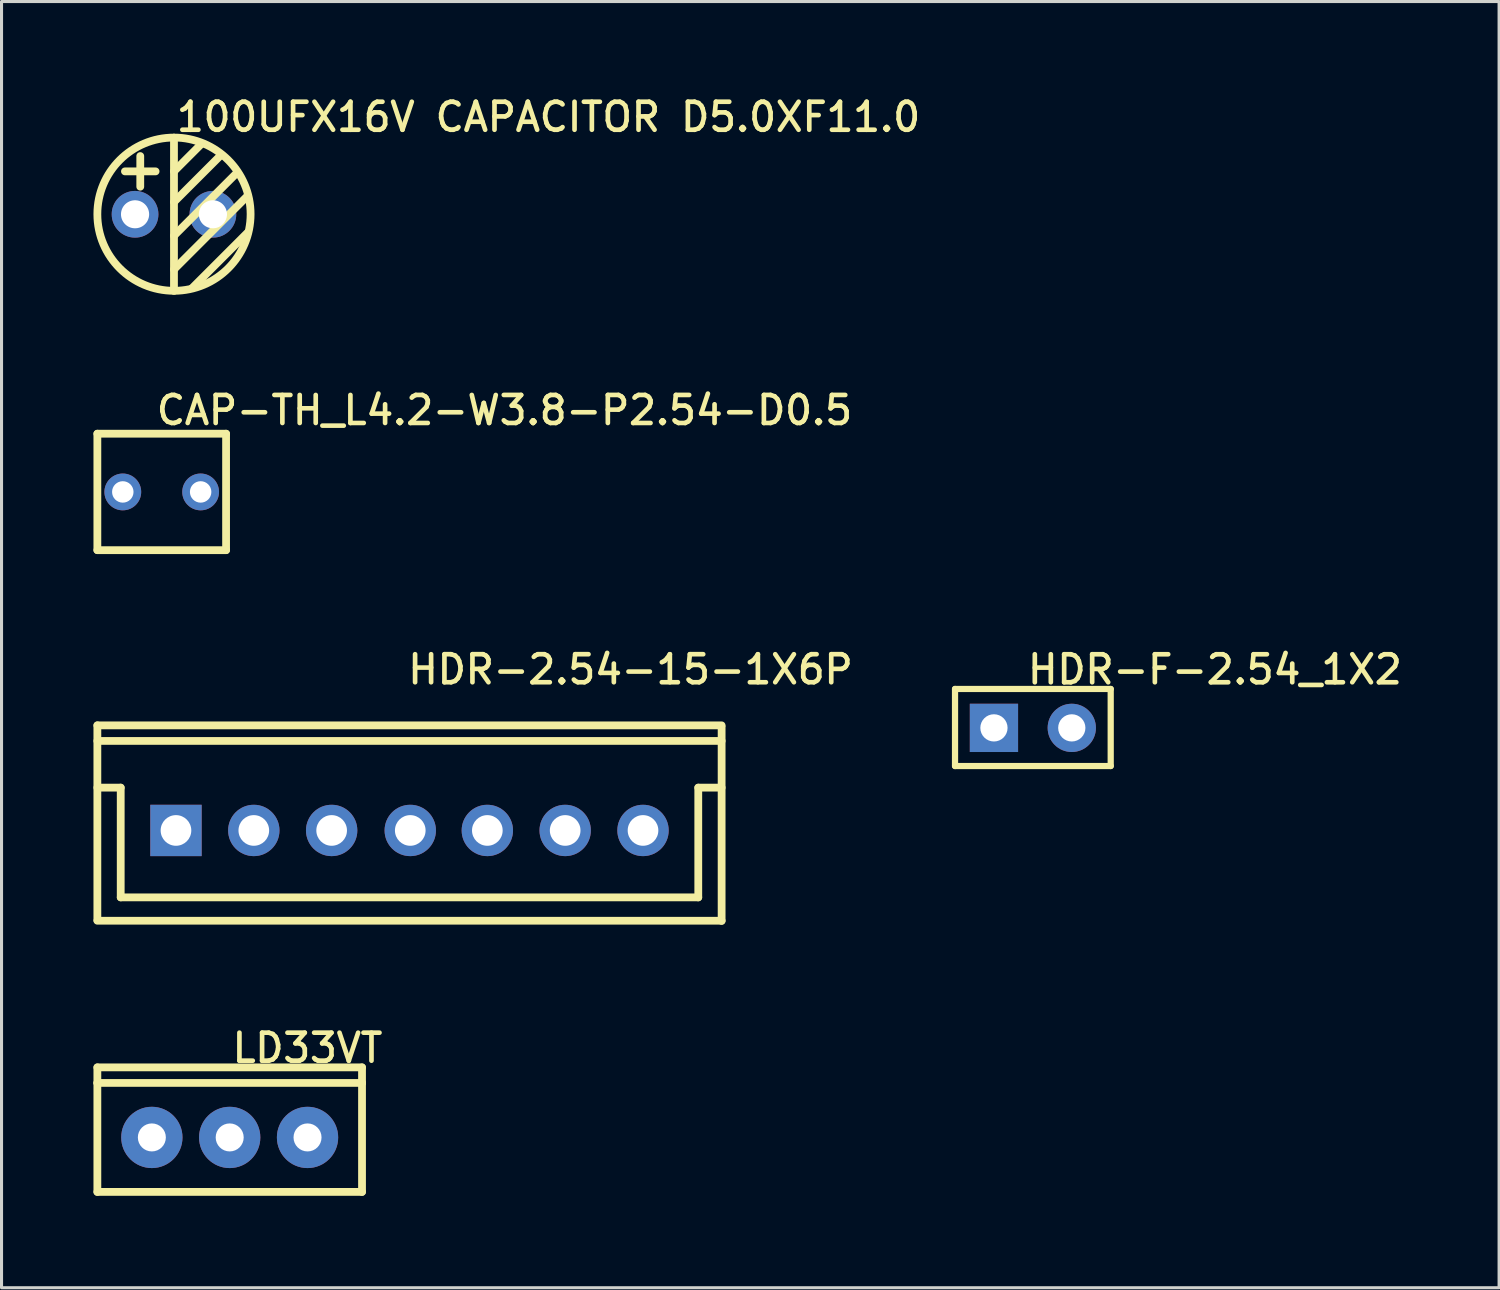
<source format=kicad_pcb>
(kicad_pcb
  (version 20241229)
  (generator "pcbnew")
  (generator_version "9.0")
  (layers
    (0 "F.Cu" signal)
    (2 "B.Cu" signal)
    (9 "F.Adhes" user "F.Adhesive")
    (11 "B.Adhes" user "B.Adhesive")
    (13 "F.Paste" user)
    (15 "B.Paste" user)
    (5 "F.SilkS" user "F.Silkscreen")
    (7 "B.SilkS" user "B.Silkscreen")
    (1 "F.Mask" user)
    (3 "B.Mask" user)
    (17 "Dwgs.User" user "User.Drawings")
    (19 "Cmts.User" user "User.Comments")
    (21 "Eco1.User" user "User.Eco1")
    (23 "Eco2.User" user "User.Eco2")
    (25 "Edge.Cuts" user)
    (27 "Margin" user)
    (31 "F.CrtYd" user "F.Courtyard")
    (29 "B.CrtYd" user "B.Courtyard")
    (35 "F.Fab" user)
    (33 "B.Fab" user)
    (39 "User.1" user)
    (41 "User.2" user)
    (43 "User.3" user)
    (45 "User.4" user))
  (footprint "HDR-2.54-15-1X6P"
    (layer "F.Cu")
    (at 10.362 27.127)
    (property "Reference" "HDR-2.54-15-1X6P" (at -0.185 -8.865 0) (layer "F.SilkS") (effects (font (size 0.914 0.914) (thickness 0.152)) (justify left top)))
    (fp_line (start -10.235 -6.508) (end -10.235 -0.152) (stroke (width 0.254) (type default)) (layer "F.SilkS"))
    (fp_line (start -10.235 -6.508) (end 10.135 -6.508) (stroke (width 0.254) (type default)) (layer "F.SilkS"))
    (fp_line (start -10.235 -6) (end 10.135 -6) (stroke (width 0.254) (type default)) (layer "F.SilkS"))
    (fp_line (start -10.235 -4.476) (end -9.473 -4.476) (stroke (width 0.254) (type default)) (layer "F.SilkS"))
    (fp_line (start -10.235 -0.133) (end 10.135 -0.133) (stroke (width 0.254) (type default)) (layer "F.SilkS"))
    (fp_line (start -9.473 -4.476) (end -9.473 -0.895) (stroke (width 0.254) (type default)) (layer "F.SilkS"))
    (fp_line (start -9.473 -0.895) (end 9.373 -0.895) (stroke (width 0.254) (type default)) (layer "F.SilkS"))
    (fp_line (start 9.373 -4.476) (end 9.373 -0.895) (stroke (width 0.254) (type default)) (layer "F.SilkS"))
    (fp_line (start 9.373 -4.476) (end 10.135 -4.476) (stroke (width 0.254) (type default)) (layer "F.SilkS"))
    (fp_line (start 10.135 -6.457) (end 10.135 -0.127) (stroke (width 0.254) (type default)) (layer "F.SilkS"))
    (pad "1" thru_hole rect (at -7.67 -3.079) (size 1.676 1.676) (drill 1) (layers "*.Cu" "*.Mask"))
    (pad "2" thru_hole oval (at -5.13 -3.079) (size 1.676 1.676) (drill 1) (layers "*.Cu" "*.Mask"))
    (pad "3" thru_hole oval (at -2.59 -3.079) (size 1.676 1.676) (drill 1) (layers "*.Cu" "*.Mask"))
    (pad "4" thru_hole oval (at -0.025 -3.079) (size 1.676 1.676) (drill 1) (layers "*.Cu" "*.Mask"))
    (pad "5" thru_hole oval (at 2.49 -3.079) (size 1.676 1.676) (drill 1) (layers "*.Cu" "*.Mask"))
    (pad "6" thru_hole oval (at 5.03 -3.079) (size 1.676 1.676) (drill 1) (layers "*.Cu" "*.Mask"))
    (pad "7" thru_hole oval (at 7.57 -3.079) (size 1.676 1.676) (drill 1) (layers "*.Cu" "*.Mask")))
  (footprint "HDR-F-2.54_1X2"
    (layer "F.Cu")
    (at 30.653 20.701)
    (property "Reference" "HDR-F-2.54_1X2" (at -0.254 -2.438 0) (layer "F.SilkS") (effects (font (size 0.914 0.914) (thickness 0.152)) (justify left top)))
    (fp_line (start -2.54 -1.27) (end 2.54 -1.27) (stroke (width 0.203) (type default)) (layer "F.SilkS"))
    (fp_line (start -2.54 1.245) (end -2.54 -1.27) (stroke (width 0.203) (type default)) (layer "F.SilkS"))
    (fp_line (start 2.54 -1.27) (end 2.54 1.245) (stroke (width 0.203) (type default)) (layer "F.SilkS"))
    (fp_line (start 2.54 1.245) (end -2.54 1.245) (stroke (width 0.203) (type default)) (layer "F.SilkS"))
    (fp_circle (center -1.27 0) (end -1.098 0) (stroke (width 0.344) (type default)) (fill no) (layer "User.4"))
    (fp_circle (center 1.27 0) (end 1.442 0) (stroke (width 0.344) (type default)) (fill no) (layer "User.4"))
    (fp_circle (center -2.642 1.346) (end -2.612 1.346) (stroke (width 0.06) (type default)) (fill no) (layer "User.5"))
    (pad "1" thru_hole rect (at -1.27 0 270) (size 1.575 1.575) (drill 0.889) (layers "*.Cu" "*.Mask"))
    (pad "2" thru_hole oval (at 1.27 0 270) (size 1.575 1.575) (drill 0.889) (layers "*.Cu" "*.Mask"))
    (zone (net_name "") (layer "User.3") (hatch edge 0.5) (priority 100) (connect_pads yes) (min_thickness 0) (filled_areas_thickness no) (fill yes) (polygon (pts (xy 28.012 19.329) (xy 33.295 19.329) (xy 33.295 22.047) (xy 28.012 22.047))) (filled_polygon (layer "User.3") (island) (pts (xy 28.012 19.329) (xy 33.295 19.329) (xy 33.295 22.047) (xy 28.012 22.047)))))
  (footprint "100UFX16V CAPACITOR D5.0XF11.0"
    (layer "F.Cu")
    (at 2.627 3.942)
    (property "Reference" "100UFX16V CAPACITOR D5.0XF11.0" (at 0 -3.708 0) (layer "F.SilkS") (effects (font (size 0.914 0.914) (thickness 0.152)) (justify left top)))
    (fp_line (start -1.6 -1.4) (end -0.6 -1.4) (stroke (width 0.254) (type default)) (layer "F.SilkS"))
    (fp_line (start -1.1 -1.9) (end -1.1 -0.9) (stroke (width 0.254) (type default)) (layer "F.SilkS"))
    (fp_line (start 0 -2.5) (end 0 2.5) (stroke (width 0.254) (type default)) (layer "F.SilkS"))
    (fp_line (start 0.9 -2.3) (end 0 -1.4) (stroke (width 0.254) (type default)) (layer "F.SilkS"))
    (fp_line (start 1.5 -1.9) (end 0 -0.4) (stroke (width 0.254) (type default)) (layer "F.SilkS"))
    (fp_line (start 2 -1.3) (end 0 0.7) (stroke (width 0.254) (type default)) (layer "F.SilkS"))
    (fp_line (start 2.4 -0.6) (end 0 1.8) (stroke (width 0.254) (type default)) (layer "F.SilkS"))
    (fp_line (start 2.4 0.6) (end 0.6 2.4) (stroke (width 0.254) (type default)) (layer "F.SilkS"))
    (fp_arc (start -2.5001 -0.0061) (mid 2.500102 -0.00295) (end -2.5001 0) (stroke (width 0.254) (type default)) (layer "F.SilkS"))
    (pad "1" thru_hole oval (at -1.27 0) (size 1.524 1.524) (drill oval 0.919 0.914) (layers "*.Cu" "*.Mask"))
    (pad "2" thru_hole oval (at 1.27 0) (size 1.524 1.524) (drill oval 0.919 0.914) (layers "*.Cu" "*.Mask"))
    (zone (net_name "") (layer "F.SilkS") (hatch edge 0.5) (priority 100) (connect_pads yes) (min_thickness 0) (filled_areas_thickness no) (fill yes) (polygon (pts (xy 2.627 1.442) (xy 2.627 6.442) (xy 3.727 6.142) (xy 4.427 5.742) (xy 4.927 4.942) (xy 5.127 4.042) (xy 4.927 3.042) (xy 4.427 2.242) (xy 3.627 1.642))) (filled_polygon (layer "F.SilkS") (island) (pts (xy 2.627 1.442) (xy 2.627 6.442) (xy 3.727 6.142) (xy 4.427 5.742) (xy 4.927 4.942) (xy 5.127 4.042) (xy 4.927 3.042) (xy 4.427 2.242) (xy 3.627 1.642)))))
  (footprint "CAP-TH_L4.2-W3.8-P2.54-D0.5"
    (layer "F.Cu")
    (at 2.227 13.002)
    (property "Reference" "CAP-TH_L4.2-W3.8-P2.54-D0.5" (at -0.254 -3.2 0) (layer "F.SilkS") (effects (font (size 0.914 0.914) (thickness 0.152)) (justify left top)))
    (fp_line (start -2.1 -1.9) (end -2.1 1.9) (stroke (width 0.254) (type default)) (layer "F.SilkS"))
    (fp_line (start -2.1 -1.9) (end 2.1 -1.9) (stroke (width 0.254) (type default)) (layer "F.SilkS"))
    (fp_line (start -2.1 1.9) (end 2.1 1.9) (stroke (width 0.254) (type default)) (layer "F.SilkS"))
    (fp_line (start 2.1 -1.9) (end 2.1 1.9) (stroke (width 0.254) (type default)) (layer "F.SilkS"))
    (fp_circle (center -1.27 0) (end -1.145 0) (stroke (width 0.25) (type default)) (fill no) (layer "User.4"))
    (fp_circle (center 1.27 0) (end 1.395 0) (stroke (width 0.25) (type default)) (fill no) (layer "User.4"))
    (fp_circle (center -2.1 1.9) (end -2.07 1.9) (stroke (width 0.06) (type default)) (fill no) (layer "User.5"))
    (pad "1" thru_hole oval (at -1.27 0) (size 1.2 1.2) (drill 0.7) (layers "*.Cu" "*.Mask"))
    (pad "2" thru_hole oval (at 1.27 0) (size 1.2 1.2) (drill 0.7) (layers "*.Cu" "*.Mask"))
    (zone (net_name "") (layer "User.3") (hatch edge 0.5) (priority 100) (connect_pads yes) (min_thickness 0) (filled_areas_thickness no) (fill yes) (polygon (pts (xy 0.127 14.902) (xy 0.127 11.102) (xy 4.327 11.102) (xy 4.327 14.902))) (filled_polygon (layer "User.3") (island) (pts (xy 0.127 14.902) (xy 0.127 11.102) (xy 4.327 11.102) (xy 4.327 14.902)))))
  (footprint "LD33VT"
    (layer "F.Cu")
    (at 1.905 34.065)
    (property "Reference" "LD33VT" (at 2.54 -3.454 0) (layer "F.SilkS") (effects (font (size 0.914 0.914) (thickness 0.152)) (justify left top)))
    (fp_line (start -1.778 -2.286) (end 6.858 -2.286) (stroke (width 0.254) (type default)) (layer "F.SilkS"))
    (fp_line (start -1.778 -1.778) (end -1.778 -2.286) (stroke (width 0.254) (type default)) (layer "F.SilkS"))
    (fp_line (start -1.778 -1.778) (end -1.778 1.778) (stroke (width 0.254) (type default)) (layer "F.SilkS"))
    (fp_line (start -1.778 1.778) (end 6.858 1.778) (stroke (width 0.254) (type default)) (layer "F.SilkS"))
    (fp_line (start 6.858 -2.286) (end 6.858 -1.778) (stroke (width 0.254) (type default)) (layer "F.SilkS"))
    (fp_line (start 6.858 -1.778) (end -1.778 -1.778) (stroke (width 0.254) (type default)) (layer "F.SilkS"))
    (fp_line (start 6.858 1.778) (end 6.858 -1.778) (stroke (width 0.254) (type default)) (layer "F.SilkS"))
    (pad "1" thru_hole oval (at 0 0) (size 2 2) (drill 0.914) (layers "*.Cu" "*.Mask"))
    (pad "2" thru_hole oval (at 2.54 0) (size 2 2) (drill 0.914) (layers "*.Cu" "*.Mask"))
    (pad "3" thru_hole oval (at 5.08 0) (size 2 2) (drill 0.914) (layers "*.Cu" "*.Mask")))
  (gr_rect
    (start -3 -3)
    (end 45.866 38.97)
    (stroke (width 0.1) (type default))
    (fill no)
    (layer "Edge.Cuts")))
</source>
